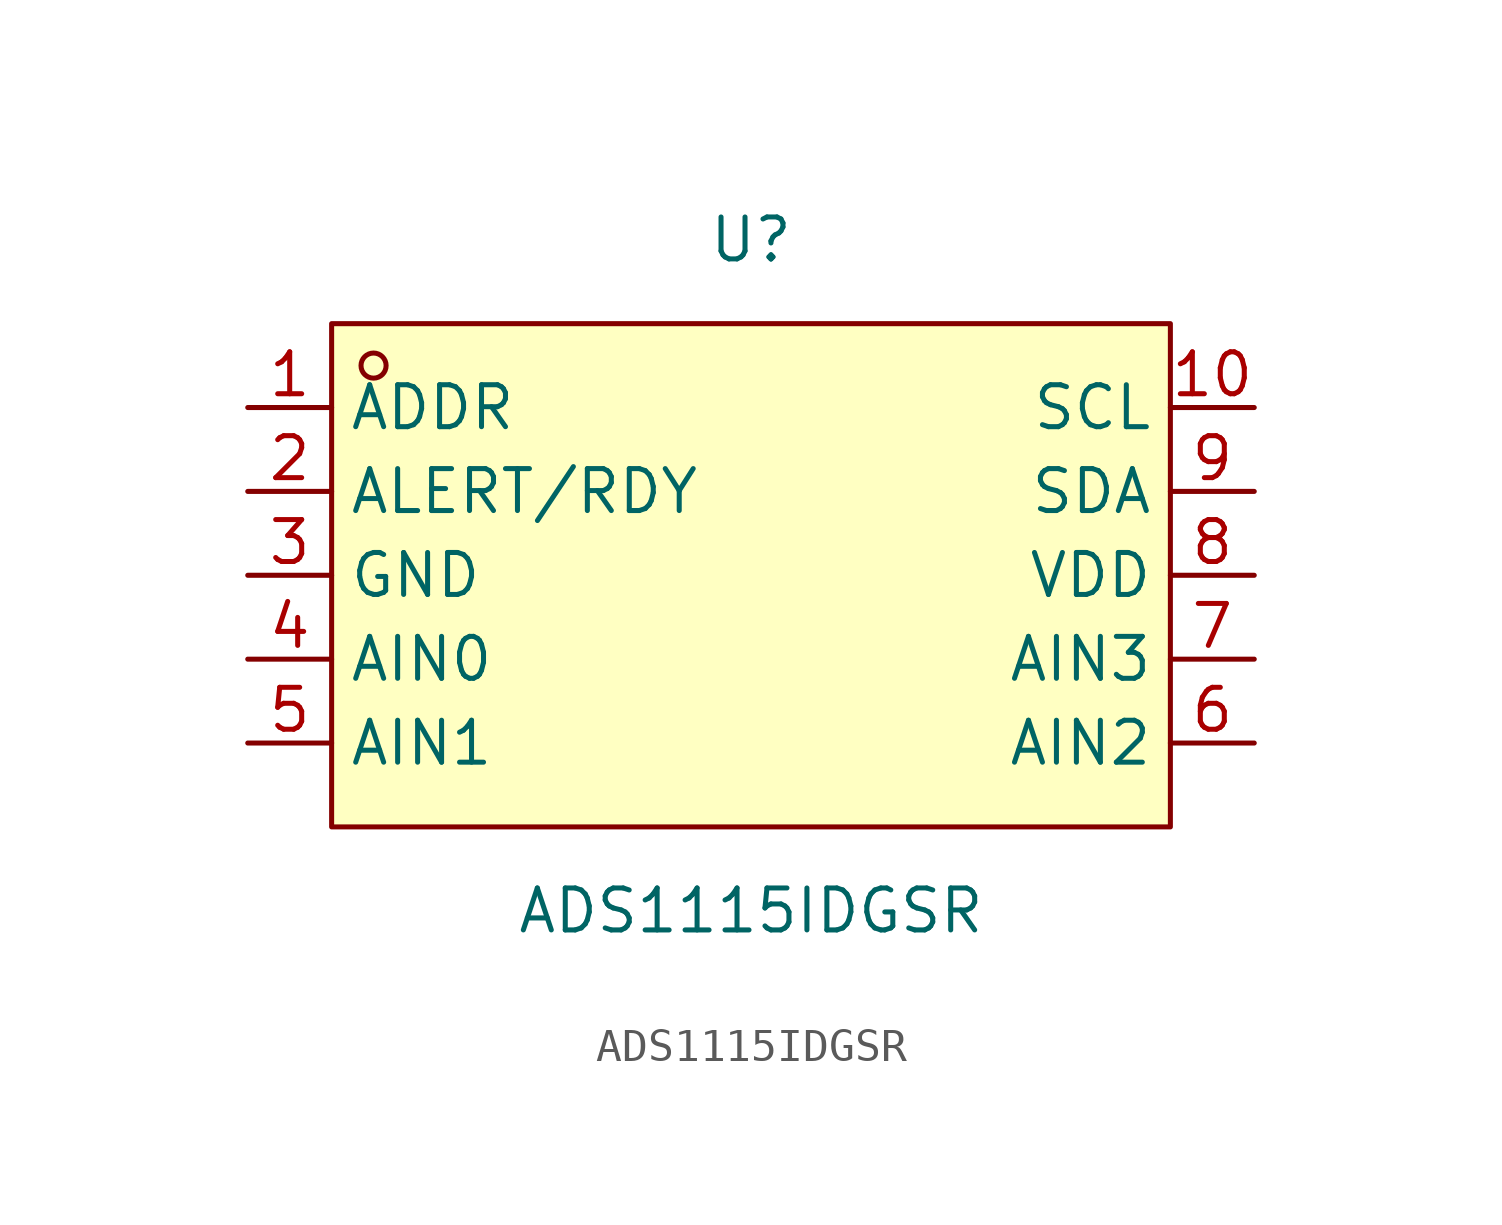
<source format=kicad_sym>
(kicad_symbol_lib
  (version 20211014)
  (generator https://github.com/uPesy/easyeda2kicad.py)
  (symbol "ADS1115IDGSR"
    (property "Reference" "U"
      (at 0 10.16 0)
      (effects (font (size 1.27 1.27))))
    (property "Value" "ADS1115IDGSR"
      (at 0 -10.16 0)
      (effects (font (size 1.27 1.27))))
    (symbol "ADS1115IDGSR_0_1"
      (rectangle (start -12.70 7.62) (end 12.70 -7.62) (stroke (width 0) (type default) (color 0 0 0 0)) (fill (type background)))
      (circle (center -11.43 6.35) (radius 0.38) (stroke (width 0) (type default) (color 0 0 0 0)) (fill (type none)))
      (pin unspecified line (at -15.24 5.08 0) (length 2.54) (name "ADDR" (effects (font (size 1.27 1.27)))) (number "1" (effects (font (size 1.27 1.27)))))
      (pin unspecified line (at -15.24 2.54 0) (length 2.54) (name "ALERT/RDY" (effects (font (size 1.27 1.27)))) (number "2" (effects (font (size 1.27 1.27)))))
      (pin unspecified line (at -15.24 -0.00 0) (length 2.54) (name "GND" (effects (font (size 1.27 1.27)))) (number "3" (effects (font (size 1.27 1.27)))))
      (pin unspecified line (at -15.24 -2.54 0) (length 2.54) (name "AIN0" (effects (font (size 1.27 1.27)))) (number "4" (effects (font (size 1.27 1.27)))))
      (pin unspecified line (at -15.24 -5.08 0) (length 2.54) (name "AIN1" (effects (font (size 1.27 1.27)))) (number "5" (effects (font (size 1.27 1.27)))))
      (pin unspecified line (at 15.24 -5.08 180) (length 2.54) (name "AIN2" (effects (font (size 1.27 1.27)))) (number "6" (effects (font (size 1.27 1.27)))))
      (pin unspecified line (at 15.24 -2.54 180) (length 2.54) (name "AIN3" (effects (font (size 1.27 1.27)))) (number "7" (effects (font (size 1.27 1.27)))))
      (pin unspecified line (at 15.24 -0.00 180) (length 2.54) (name "VDD" (effects (font (size 1.27 1.27)))) (number "8" (effects (font (size 1.27 1.27)))))
      (pin unspecified line (at 15.24 2.54 180) (length 2.54) (name "SDA" (effects (font (size 1.27 1.27)))) (number "9" (effects (font (size 1.27 1.27)))))
      (pin unspecified line (at 15.24 5.08 180) (length 2.54) (name "SCL" (effects (font (size 1.27 1.27)))) (number "10" (effects (font (size 1.27 1.27))))))))
</source>
